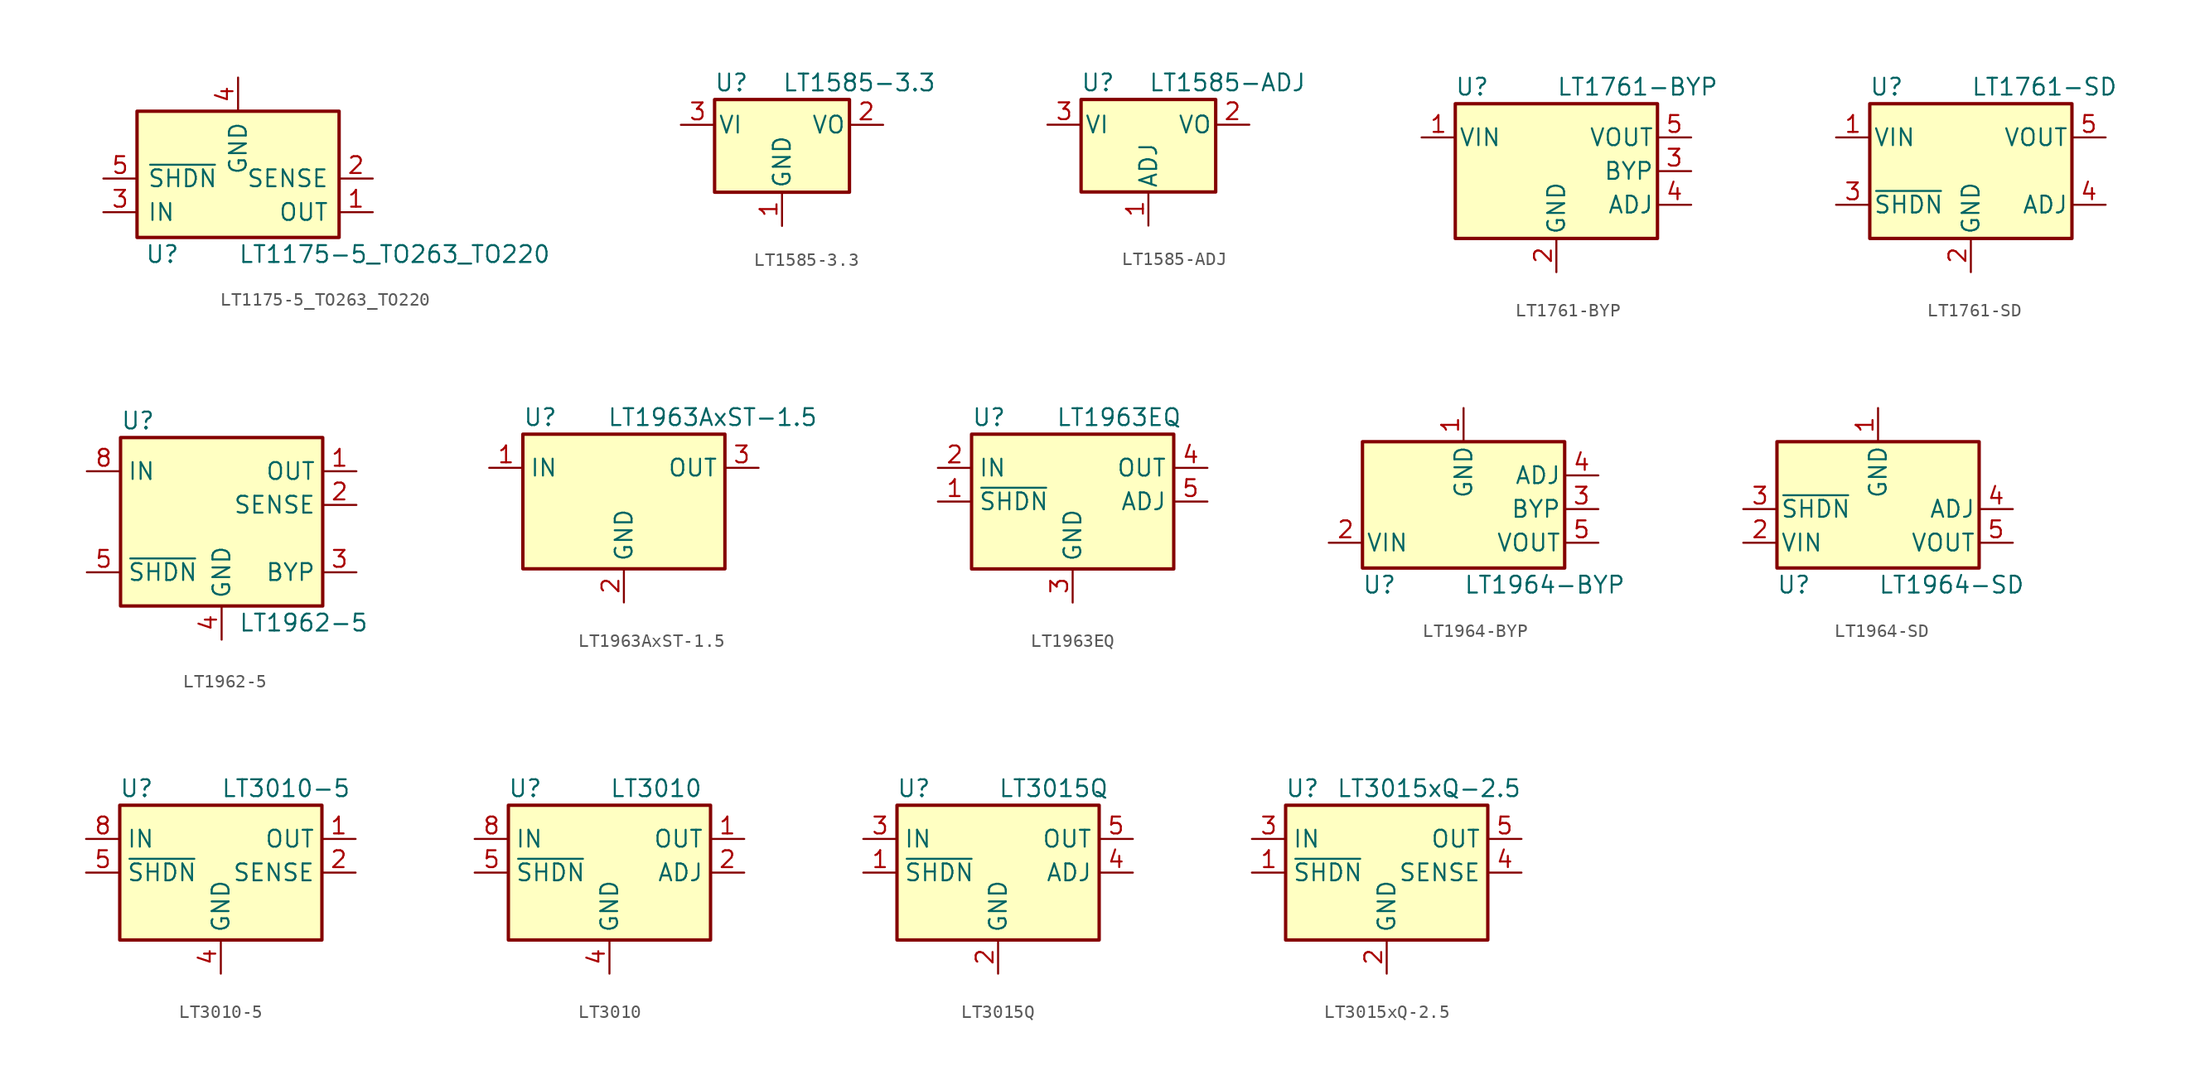
<source format=kicad_sym>
(kicad_symbol_lib
  (version 20220914)
  (generator kicad_symbol_editor)
  (symbol "LT1175-5_TO263_TO220"
    (pin_names
      (offset 0.762))
    (property "Reference" "U"
      (at -5.715 -3.175 0)
      (effects (font (size 1.27 1.27))))
    (property "Value" "LT1175-5_TO263_TO220"
      (at 0 -3.175 0)
      (effects (font (size 1.27 1.27)) (justify left)))
    (symbol "LT1175-5_TO263_TO220_0_1"
      (rectangle (start -7.62 -1.905) (end 7.62 7.62) (stroke (width 0.254) (type solid)) (fill (type background))))
    (symbol "LT1175-5_TO263_TO220_1_1"
      (pin power_out line (at 10.16 0 180) (length 2.54) (name "OUT" (effects (font (size 1.27 1.27)))) (number "1" (effects (font (size 1.27 1.27)))))
      (pin input line (at 10.16 2.54 180) (length 2.54) (name "SENSE" (effects (font (size 1.27 1.27)))) (number "2" (effects (font (size 1.27 1.27)))))
      (pin power_in line (at -10.16 0 0) (length 2.54) (name "IN" (effects (font (size 1.27 1.27)))) (number "3" (effects (font (size 1.27 1.27)))))
      (pin power_in line (at 0 10.16 270) (length 2.54) (name "GND" (effects (font (size 1.27 1.27)))) (number "4" (effects (font (size 1.27 1.27)))))
      (pin input line (at -10.16 2.54 0) (length 2.54) (name "~{SHDN}" (effects (font (size 1.27 1.27)))) (number "5" (effects (font (size 1.27 1.27)))))))
  (symbol "LT1585-3.3"
    (pin_names
      (offset 0.254))
    (property "Reference" "U"
      (at -3.81 3.175 0)
      (effects (font (size 1.27 1.27))))
    (property "Value" "LT1585-3.3"
      (at 0 3.175 0)
      (effects (font (size 1.27 1.27)) (justify left)))
    (symbol "LT1585-3.3_0_1"
      (rectangle (start -5.08 -5.08) (end 5.08 1.905) (stroke (width 0.254) (type solid)) (fill (type background))))
    (symbol "LT1585-3.3_1_1"
      (pin power_in line (at 0 -7.62 90) (length 2.54) (name "GND" (effects (font (size 1.27 1.27)))) (number "1" (effects (font (size 1.27 1.27)))))
      (pin power_out line (at 7.62 0 180) (length 2.54) (name "VO" (effects (font (size 1.27 1.27)))) (number "2" (effects (font (size 1.27 1.27)))))
      (pin power_in line (at -7.62 0 0) (length 2.54) (name "VI" (effects (font (size 1.27 1.27)))) (number "3" (effects (font (size 1.27 1.27)))))))
  (symbol "LT1585-ADJ"
    (pin_names
      (offset 0.254))
    (property "Reference" "U"
      (at -3.81 3.175 0)
      (effects (font (size 1.27 1.27))))
    (property "Value" "LT1585-ADJ"
      (at 0 3.175 0)
      (effects (font (size 1.27 1.27)) (justify left)))
    (symbol "LT1585-ADJ_0_1"
      (rectangle (start -5.08 -5.08) (end 5.08 1.905) (stroke (width 0.254) (type solid)) (fill (type background))))
    (symbol "LT1585-ADJ_1_1"
      (pin input line (at 0 -7.62 90) (length 2.54) (name "ADJ" (effects (font (size 1.27 1.27)))) (number "1" (effects (font (size 1.27 1.27)))))
      (pin power_out line (at 7.62 0 180) (length 2.54) (name "VO" (effects (font (size 1.27 1.27)))) (number "2" (effects (font (size 1.27 1.27)))))
      (pin power_in line (at -7.62 0 0) (length 2.54) (name "VI" (effects (font (size 1.27 1.27)))) (number "3" (effects (font (size 1.27 1.27)))))))
  (symbol "LT1761-BYP"
    (pin_names
      (offset 0.254))
    (property "Reference" "U"
      (at -6.35 6.35 0)
      (effects (font (size 1.27 1.27))))
    (property "Value" "LT1761-BYP"
      (at 0 6.35 0)
      (effects (font (size 1.27 1.27)) (justify left)))
    (symbol "LT1761-BYP_0_1"
      (rectangle (start -7.62 5.08) (end 7.62 -5.08) (stroke (width 0.254) (type solid)) (fill (type background))))
    (symbol "LT1761-BYP_1_1"
      (pin power_in line (at -10.16 2.54 0) (length 2.54) (name "VIN" (effects (font (size 1.27 1.27)))) (number "1" (effects (font (size 1.27 1.27)))))
      (pin power_in line (at 0 -7.62 90) (length 2.54) (name "GND" (effects (font (size 1.27 1.27)))) (number "2" (effects (font (size 1.27 1.27)))))
      (pin passive line (at 10.16 0 180) (length 2.54) (name "BYP" (effects (font (size 1.27 1.27)))) (number "3" (effects (font (size 1.27 1.27)))))
      (pin input line (at 10.16 -2.54 180) (length 2.54) (name "ADJ" (effects (font (size 1.27 1.27)))) (number "4" (effects (font (size 1.27 1.27)))))
      (pin power_out line (at 10.16 2.54 180) (length 2.54) (name "VOUT" (effects (font (size 1.27 1.27)))) (number "5" (effects (font (size 1.27 1.27)))))))
  (symbol "LT1761-SD"
    (pin_names
      (offset 0.254))
    (property "Reference" "U"
      (at -6.35 6.35 0)
      (effects (font (size 1.27 1.27))))
    (property "Value" "LT1761-SD"
      (at 0 6.35 0)
      (effects (font (size 1.27 1.27)) (justify left)))
    (symbol "LT1761-SD_0_1"
      (rectangle (start -7.62 5.08) (end 7.62 -5.08) (stroke (width 0.254) (type solid)) (fill (type background))))
    (symbol "LT1761-SD_1_1"
      (pin power_in line (at -10.16 2.54 0) (length 2.54) (name "VIN" (effects (font (size 1.27 1.27)))) (number "1" (effects (font (size 1.27 1.27)))))
      (pin power_in line (at 0 -7.62 90) (length 2.54) (name "GND" (effects (font (size 1.27 1.27)))) (number "2" (effects (font (size 1.27 1.27)))))
      (pin input line (at -10.16 -2.54 0) (length 2.54) (name "~{SHDN}" (effects (font (size 1.27 1.27)))) (number "3" (effects (font (size 1.27 1.27)))))
      (pin input line (at 10.16 -2.54 180) (length 2.54) (name "ADJ" (effects (font (size 1.27 1.27)))) (number "4" (effects (font (size 1.27 1.27)))))
      (pin power_out line (at 10.16 2.54 180) (length 2.54) (name "VOUT" (effects (font (size 1.27 1.27)))) (number "5" (effects (font (size 1.27 1.27)))))))
  (symbol "LT1962-5"
    (property "Reference" "U"
      (at -7.62 8.89 0)
      (effects (font (size 1.27 1.27)) (justify left)))
    (property "Value" "LT1962-5"
      (at 1.27 -6.35 0)
      (effects (font (size 1.27 1.27)) (justify left)))
    (symbol "LT1962-5_0_1"
      (rectangle (start -7.62 7.62) (end 7.62 -5.08) (stroke (width 0.254) (type solid)) (fill (type background))))
    (symbol "LT1962-5_1_1"
      (pin power_out line (at 10.16 5.08 180) (length 2.54) (name "OUT" (effects (font (size 1.27 1.27)))) (number "1" (effects (font (size 1.27 1.27)))))
      (pin input line (at 10.16 2.54 180) (length 2.54) (name "SENSE" (effects (font (size 1.27 1.27)))) (number "2" (effects (font (size 1.27 1.27)))))
      (pin passive line (at 10.16 -2.54 180) (length 2.54) (name "BYP" (effects (font (size 1.27 1.27)))) (number "3" (effects (font (size 1.27 1.27)))))
      (pin power_in line (at 0 -7.62 90) (length 2.54) (name "GND" (effects (font (size 1.27 1.27)))) (number "4" (effects (font (size 1.27 1.27)))))
      (pin input line (at -10.16 -2.54 0) (length 2.54) (name "~{SHDN}" (effects (font (size 1.27 1.27)))) (number "5" (effects (font (size 1.27 1.27)))))
      (pin no_connect line (at 2.54 5.08 90) (length 2.54) hide (name "NC" (effects (font (size 1.27 1.27)))) (number "6" (effects (font (size 1.27 1.27)))))
      (pin no_connect line (at 2.54 2.54 90) (length 2.54) hide (name "NC" (effects (font (size 1.27 1.27)))) (number "7" (effects (font (size 1.27 1.27)))))
      (pin power_in line (at -10.16 5.08 0) (length 2.54) (name "IN" (effects (font (size 1.27 1.27)))) (number "8" (effects (font (size 1.27 1.27)))))))
  (symbol "LT1963AxST-1.5"
    (property "Reference" "U"
      (at -7.62 6.35 0)
      (effects (font (size 1.27 1.27)) (justify left)))
    (property "Value" "LT1963AxST-1.5"
      (at -1.27 6.35 0)
      (effects (font (size 1.27 1.27)) (justify left)))
    (symbol "LT1963AxST-1.5_0_1"
      (rectangle (start -7.62 5.08) (end 7.62 -5.08) (stroke (width 0.254) (type solid)) (fill (type background))))
    (symbol "LT1963AxST-1.5_1_1"
      (pin power_in line (at -10.16 2.54 0) (length 2.54) (name "IN" (effects (font (size 1.27 1.27)))) (number "1" (effects (font (size 1.27 1.27)))))
      (pin power_in line (at 0 -7.62 90) (length 2.54) (name "GND" (effects (font (size 1.27 1.27)))) (number "2" (effects (font (size 1.27 1.27)))))
      (pin power_out line (at 10.16 2.54 180) (length 2.54) (name "OUT" (effects (font (size 1.27 1.27)))) (number "3" (effects (font (size 1.27 1.27)))))))
  (symbol "LT1963EQ"
    (property "Reference" "U"
      (at -7.62 6.35 0)
      (effects (font (size 1.27 1.27)) (justify left)))
    (property "Value" "LT1963EQ"
      (at -1.27 6.35 0)
      (effects (font (size 1.27 1.27)) (justify left)))
    (symbol "LT1963EQ_0_1"
      (rectangle (start -7.62 5.08) (end 7.62 -5.08) (stroke (width 0.254) (type solid)) (fill (type background))))
    (symbol "LT1963EQ_1_1"
      (pin input line (at -10.16 0 0) (length 2.54) (name "~{SHDN}" (effects (font (size 1.27 1.27)))) (number "1" (effects (font (size 1.27 1.27)))))
      (pin power_in line (at -10.16 2.54 0) (length 2.54) (name "IN" (effects (font (size 1.27 1.27)))) (number "2" (effects (font (size 1.27 1.27)))))
      (pin power_in line (at 0 -7.62 90) (length 2.54) (name "GND" (effects (font (size 1.27 1.27)))) (number "3" (effects (font (size 1.27 1.27)))))
      (pin power_out line (at 10.16 2.54 180) (length 2.54) (name "OUT" (effects (font (size 1.27 1.27)))) (number "4" (effects (font (size 1.27 1.27)))))
      (pin input line (at 10.16 0 180) (length 2.54) (name "ADJ" (effects (font (size 1.27 1.27)))) (number "5" (effects (font (size 1.27 1.27)))))))
  (symbol "LT1964-BYP"
    (pin_names
      (offset 0.254))
    (property "Reference" "U"
      (at -6.35 -5.715 0)
      (effects (font (size 1.27 1.27))))
    (property "Value" "LT1964-BYP"
      (at 0 -5.715 0)
      (effects (font (size 1.27 1.27)) (justify left)))
    (symbol "LT1964-BYP_0_1"
      (rectangle (start -7.62 5.08) (end 7.62 -4.445) (stroke (width 0.254) (type solid)) (fill (type background))))
    (symbol "LT1964-BYP_1_1"
      (pin power_in line (at 0 7.62 270) (length 2.54) (name "GND" (effects (font (size 1.27 1.27)))) (number "1" (effects (font (size 1.27 1.27)))))
      (pin power_in line (at -10.16 -2.54 0) (length 2.54) (name "VIN" (effects (font (size 1.27 1.27)))) (number "2" (effects (font (size 1.27 1.27)))))
      (pin passive line (at 10.16 0 180) (length 2.54) (name "BYP" (effects (font (size 1.27 1.27)))) (number "3" (effects (font (size 1.27 1.27)))))
      (pin input line (at 10.16 2.54 180) (length 2.54) (name "ADJ" (effects (font (size 1.27 1.27)))) (number "4" (effects (font (size 1.27 1.27)))))
      (pin power_out line (at 10.16 -2.54 180) (length 2.54) (name "VOUT" (effects (font (size 1.27 1.27)))) (number "5" (effects (font (size 1.27 1.27)))))))
  (symbol "LT1964-SD"
    (pin_names
      (offset 0.254))
    (property "Reference" "U"
      (at -6.35 -5.715 0)
      (effects (font (size 1.27 1.27))))
    (property "Value" "LT1964-SD"
      (at 0 -5.715 0)
      (effects (font (size 1.27 1.27)) (justify left)))
    (symbol "LT1964-SD_0_1"
      (rectangle (start -7.62 5.08) (end 7.62 -4.445) (stroke (width 0.254) (type solid)) (fill (type background))))
    (symbol "LT1964-SD_1_1"
      (pin power_in line (at 0 7.62 270) (length 2.54) (name "GND" (effects (font (size 1.27 1.27)))) (number "1" (effects (font (size 1.27 1.27)))))
      (pin power_in line (at -10.16 -2.54 0) (length 2.54) (name "VIN" (effects (font (size 1.27 1.27)))) (number "2" (effects (font (size 1.27 1.27)))))
      (pin input line (at -10.16 0 0) (length 2.54) (name "~{SHDN}" (effects (font (size 1.27 1.27)))) (number "3" (effects (font (size 1.27 1.27)))))
      (pin input line (at 10.16 0 180) (length 2.54) (name "ADJ" (effects (font (size 1.27 1.27)))) (number "4" (effects (font (size 1.27 1.27)))))
      (pin power_out line (at 10.16 -2.54 180) (length 2.54) (name "VOUT" (effects (font (size 1.27 1.27)))) (number "5" (effects (font (size 1.27 1.27)))))))
  (symbol "LT3010-5"
    (property "Reference" "U"
      (at -6.35 6.35 0)
      (effects (font (size 1.27 1.27))))
    (property "Value" "LT3010-5"
      (at 0 6.35 0)
      (effects (font (size 1.27 1.27)) (justify left)))
    (symbol "LT3010-5_0_1"
      (rectangle (start -7.62 5.08) (end 7.62 -5.08) (stroke (width 0.254) (type solid)) (fill (type background))))
    (symbol "LT3010-5_1_1"
      (pin power_out line (at 10.16 2.54 180) (length 2.54) (name "OUT" (effects (font (size 1.27 1.27)))) (number "1" (effects (font (size 1.27 1.27)))))
      (pin passive line (at 10.16 0 180) (length 2.54) (name "SENSE" (effects (font (size 1.27 1.27)))) (number "2" (effects (font (size 1.27 1.27)))))
      (pin no_connect line (at -7.62 -2.54 0) (length 2.54) hide (name "NC" (effects (font (size 1.27 1.27)))) (number "3" (effects (font (size 1.27 1.27)))))
      (pin power_in line (at 0 -7.62 90) (length 2.54) (name "GND" (effects (font (size 1.27 1.27)))) (number "4" (effects (font (size 1.27 1.27)))))
      (pin input line (at -10.16 0 0) (length 2.54) (name "~{SHDN}" (effects (font (size 1.27 1.27)))) (number "5" (effects (font (size 1.27 1.27)))))
      (pin no_connect line (at 7.62 -2.54 180) (length 2.54) hide (name "NC" (effects (font (size 1.27 1.27)))) (number "6" (effects (font (size 1.27 1.27)))))
      (pin no_connect line (at 2.54 -5.08 90) (length 2.54) hide (name "NC" (effects (font (size 1.27 1.27)))) (number "7" (effects (font (size 1.27 1.27)))))
      (pin power_in line (at -10.16 2.54 0) (length 2.54) (name "IN" (effects (font (size 1.27 1.27)))) (number "8" (effects (font (size 1.27 1.27)))))
      (pin passive line (at 0 -7.62 90) (length 2.54) hide (name "GND" (effects (font (size 1.27 1.27)))) (number "9" (effects (font (size 1.27 1.27)))))))
  (symbol "LT3010"
    (property "Reference" "U"
      (at -6.35 6.35 0)
      (effects (font (size 1.27 1.27))))
    (property "Value" "LT3010"
      (at 0 6.35 0)
      (effects (font (size 1.27 1.27)) (justify left)))
    (symbol "LT3010_0_1"
      (rectangle (start -7.62 5.08) (end 7.62 -5.08) (stroke (width 0.254) (type solid)) (fill (type background))))
    (symbol "LT3010_1_1"
      (pin power_out line (at 10.16 2.54 180) (length 2.54) (name "OUT" (effects (font (size 1.27 1.27)))) (number "1" (effects (font (size 1.27 1.27)))))
      (pin input line (at 10.16 0 180) (length 2.54) (name "ADJ" (effects (font (size 1.27 1.27)))) (number "2" (effects (font (size 1.27 1.27)))))
      (pin no_connect line (at -7.62 -2.54 0) (length 2.54) hide (name "NC" (effects (font (size 1.27 1.27)))) (number "3" (effects (font (size 1.27 1.27)))))
      (pin power_in line (at 0 -7.62 90) (length 2.54) (name "GND" (effects (font (size 1.27 1.27)))) (number "4" (effects (font (size 1.27 1.27)))))
      (pin input line (at -10.16 0 0) (length 2.54) (name "~{SHDN}" (effects (font (size 1.27 1.27)))) (number "5" (effects (font (size 1.27 1.27)))))
      (pin no_connect line (at 7.62 -2.54 180) (length 2.54) hide (name "NC" (effects (font (size 1.27 1.27)))) (number "6" (effects (font (size 1.27 1.27)))))
      (pin no_connect line (at 2.54 -5.08 90) (length 2.54) hide (name "NC" (effects (font (size 1.27 1.27)))) (number "7" (effects (font (size 1.27 1.27)))))
      (pin power_in line (at -10.16 2.54 0) (length 2.54) (name "IN" (effects (font (size 1.27 1.27)))) (number "8" (effects (font (size 1.27 1.27)))))
      (pin passive line (at 0 -7.62 90) (length 2.54) hide (name "GND" (effects (font (size 1.27 1.27)))) (number "9" (effects (font (size 1.27 1.27)))))))
  (symbol "LT3015Q"
    (property "Reference" "U"
      (at -6.35 6.35 0)
      (effects (font (size 1.27 1.27))))
    (property "Value" "LT3015Q"
      (at 0 6.35 0)
      (effects (font (size 1.27 1.27)) (justify left)))
    (symbol "LT3015Q_0_1"
      (rectangle (start -7.62 5.08) (end 7.62 -5.08) (stroke (width 0.254) (type solid)) (fill (type background))))
    (symbol "LT3015Q_1_1"
      (pin input line (at -10.16 0 0) (length 2.54) (name "~{SHDN}" (effects (font (size 1.27 1.27)))) (number "1" (effects (font (size 1.27 1.27)))))
      (pin power_in line (at 0 -7.62 90) (length 2.54) (name "GND" (effects (font (size 1.27 1.27)))) (number "2" (effects (font (size 1.27 1.27)))))
      (pin power_in line (at -10.16 2.54 0) (length 2.54) (name "IN" (effects (font (size 1.27 1.27)))) (number "3" (effects (font (size 1.27 1.27)))))
      (pin input line (at 10.16 0 180) (length 2.54) (name "ADJ" (effects (font (size 1.27 1.27)))) (number "4" (effects (font (size 1.27 1.27)))))
      (pin power_out line (at 10.16 2.54 180) (length 2.54) (name "OUT" (effects (font (size 1.27 1.27)))) (number "5" (effects (font (size 1.27 1.27)))))))
  (symbol "LT3015xQ-2.5"
    (property "Reference" "U"
      (at -6.35 6.35 0)
      (effects (font (size 1.27 1.27))))
    (property "Value" "LT3015xQ-2.5"
      (at -3.81 6.35 0)
      (effects (font (size 1.27 1.27)) (justify left)))
    (symbol "LT3015xQ-2.5_0_1"
      (rectangle (start -7.62 5.08) (end 7.62 -5.08) (stroke (width 0.254) (type solid)) (fill (type background))))
    (symbol "LT3015xQ-2.5_1_1"
      (pin input line (at -10.16 0 0) (length 2.54) (name "~{SHDN}" (effects (font (size 1.27 1.27)))) (number "1" (effects (font (size 1.27 1.27)))))
      (pin power_in line (at 0 -7.62 90) (length 2.54) (name "GND" (effects (font (size 1.27 1.27)))) (number "2" (effects (font (size 1.27 1.27)))))
      (pin power_in line (at -10.16 2.54 0) (length 2.54) (name "IN" (effects (font (size 1.27 1.27)))) (number "3" (effects (font (size 1.27 1.27)))))
      (pin input line (at 10.16 0 180) (length 2.54) (name "SENSE" (effects (font (size 1.27 1.27)))) (number "4" (effects (font (size 1.27 1.27)))))
      (pin power_out line (at 10.16 2.54 180) (length 2.54) (name "OUT" (effects (font (size 1.27 1.27)))) (number "5" (effects (font (size 1.27 1.27))))))))
</source>
